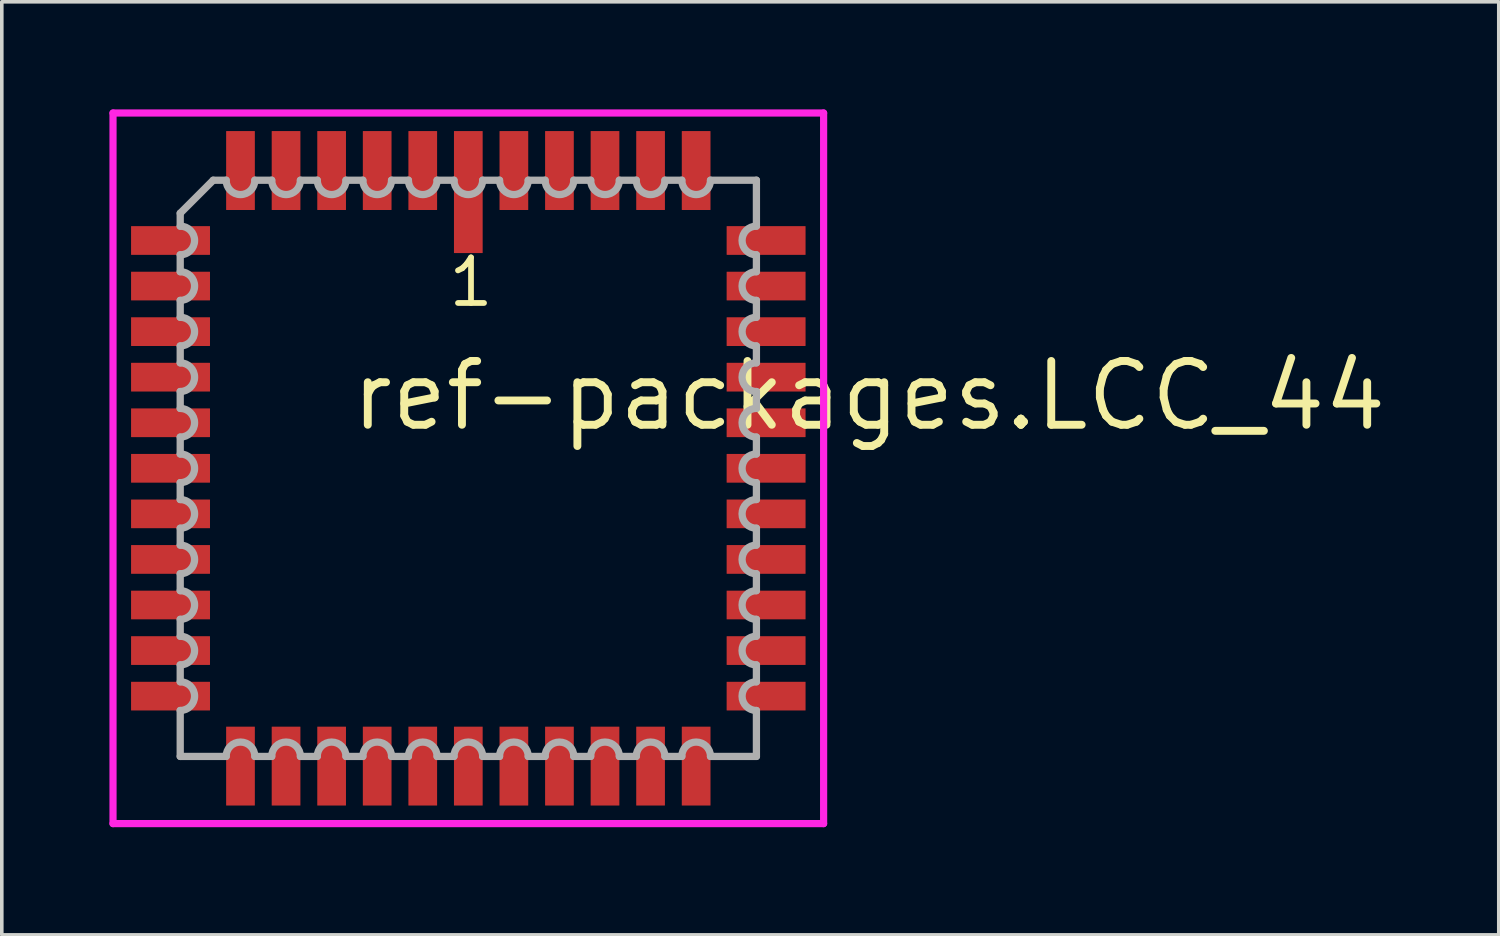
<source format=kicad_pcb>
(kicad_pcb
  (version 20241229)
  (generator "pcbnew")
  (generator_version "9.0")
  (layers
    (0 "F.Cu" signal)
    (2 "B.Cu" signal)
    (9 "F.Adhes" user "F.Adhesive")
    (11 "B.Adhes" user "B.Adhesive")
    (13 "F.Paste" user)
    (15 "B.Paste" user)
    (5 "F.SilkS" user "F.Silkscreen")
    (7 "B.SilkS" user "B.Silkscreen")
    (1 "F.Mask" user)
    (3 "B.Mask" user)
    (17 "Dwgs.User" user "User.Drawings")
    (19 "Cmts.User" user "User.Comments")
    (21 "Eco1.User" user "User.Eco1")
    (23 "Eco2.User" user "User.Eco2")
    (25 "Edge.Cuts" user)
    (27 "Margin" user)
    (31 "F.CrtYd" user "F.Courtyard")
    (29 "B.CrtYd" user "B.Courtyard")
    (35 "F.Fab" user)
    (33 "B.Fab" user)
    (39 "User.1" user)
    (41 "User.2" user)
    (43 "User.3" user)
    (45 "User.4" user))
  (footprint "ref-packages.LCC_44"
    (layer "F.Cu")
    (at 10.003 10.003)
    (property "Reference" "ref-packages.LCC_44" (at -3.37 -0.985 0) (layer "F.SilkS") (effects (font (size 1.778 1.778) (thickness 0.22)) (justify left bottom)))
    (attr smd)
    (fp_line (start -9.903 -9.903) (end 9.903 -9.903) (stroke (width 0.2) (type default)) (layer "F.CrtYd"))
    (fp_line (start -9.903 9.903) (end -9.903 -9.903) (stroke (width 0.2) (type default)) (layer "F.CrtYd"))
    (fp_line (start 9.903 -9.903) (end 9.903 9.903) (stroke (width 0.2) (type default)) (layer "F.CrtYd"))
    (fp_line (start 9.903 9.903) (end -9.903 9.903) (stroke (width 0.2) (type default)) (layer "F.CrtYd"))
    (fp_line (start -8.03 -7.11) (end -8.03 -6.75) (stroke (width 0.203) (type default)) (layer "F.Fab"))
    (fp_line (start -8.03 -5.95) (end -8.03 -5.48) (stroke (width 0.203) (type default)) (layer "F.Fab"))
    (fp_line (start -8.03 -4.68) (end -8.03 -4.21) (stroke (width 0.203) (type default)) (layer "F.Fab"))
    (fp_line (start -8.03 -3.41) (end -8.03 -2.94) (stroke (width 0.203) (type default)) (layer "F.Fab"))
    (fp_line (start -8.03 -2.14) (end -8.03 -1.67) (stroke (width 0.203) (type default)) (layer "F.Fab"))
    (fp_line (start -8.03 -0.87) (end -8.03 -0.4) (stroke (width 0.203) (type default)) (layer "F.Fab"))
    (fp_line (start -8.03 0.4) (end -8.03 0.87) (stroke (width 0.203) (type default)) (layer "F.Fab"))
    (fp_line (start -8.03 1.67) (end -8.03 2.14) (stroke (width 0.203) (type default)) (layer "F.Fab"))
    (fp_line (start -8.03 2.94) (end -8.03 3.41) (stroke (width 0.203) (type default)) (layer "F.Fab"))
    (fp_line (start -8.03 4.21) (end -8.03 4.68) (stroke (width 0.203) (type default)) (layer "F.Fab"))
    (fp_line (start -8.03 5.48) (end -8.03 5.95) (stroke (width 0.203) (type default)) (layer "F.Fab"))
    (fp_line (start -8.03 6.75) (end -8.03 8.03) (stroke (width 0.203) (type default)) (layer "F.Fab"))
    (fp_line (start -8.03 8.03) (end -6.75 8.03) (stroke (width 0.203) (type default)) (layer "F.Fab"))
    (fp_line (start -7.11 -8.03) (end -8.03 -7.11) (stroke (width 0.203) (type default)) (layer "F.Fab"))
    (fp_line (start -6.75 -8.03) (end -7.11 -8.03) (stroke (width 0.203) (type default)) (layer "F.Fab"))
    (fp_line (start -5.95 8.03) (end -5.48 8.03) (stroke (width 0.203) (type default)) (layer "F.Fab"))
    (fp_line (start -5.48 -8.03) (end -5.95 -8.03) (stroke (width 0.203) (type default)) (layer "F.Fab"))
    (fp_line (start -4.68 8.03) (end -4.21 8.03) (stroke (width 0.203) (type default)) (layer "F.Fab"))
    (fp_line (start -4.21 -8.03) (end -4.68 -8.03) (stroke (width 0.203) (type default)) (layer "F.Fab"))
    (fp_line (start -3.41 8.03) (end -2.94 8.03) (stroke (width 0.203) (type default)) (layer "F.Fab"))
    (fp_line (start -2.94 -8.03) (end -3.41 -8.03) (stroke (width 0.203) (type default)) (layer "F.Fab"))
    (fp_line (start -2.14 8.03) (end -1.67 8.03) (stroke (width 0.203) (type default)) (layer "F.Fab"))
    (fp_line (start -1.67 -8.03) (end -2.14 -8.03) (stroke (width 0.203) (type default)) (layer "F.Fab"))
    (fp_line (start -0.87 8.03) (end -0.4 8.03) (stroke (width 0.203) (type default)) (layer "F.Fab"))
    (fp_line (start -0.4 -8.03) (end -0.87 -8.03) (stroke (width 0.203) (type default)) (layer "F.Fab"))
    (fp_line (start 0.4 8.03) (end 0.87 8.03) (stroke (width 0.203) (type default)) (layer "F.Fab"))
    (fp_line (start 0.87 -8.03) (end 0.4 -8.03) (stroke (width 0.203) (type default)) (layer "F.Fab"))
    (fp_line (start 1.67 8.03) (end 2.14 8.03) (stroke (width 0.203) (type default)) (layer "F.Fab"))
    (fp_line (start 2.14 -8.03) (end 1.67 -8.03) (stroke (width 0.203) (type default)) (layer "F.Fab"))
    (fp_line (start 2.94 8.03) (end 3.41 8.03) (stroke (width 0.203) (type default)) (layer "F.Fab"))
    (fp_line (start 3.41 -8.03) (end 2.94 -8.03) (stroke (width 0.203) (type default)) (layer "F.Fab"))
    (fp_line (start 4.21 8.03) (end 4.68 8.03) (stroke (width 0.203) (type default)) (layer "F.Fab"))
    (fp_line (start 4.68 -8.03) (end 4.21 -8.03) (stroke (width 0.203) (type default)) (layer "F.Fab"))
    (fp_line (start 5.48 8.03) (end 5.95 8.03) (stroke (width 0.203) (type default)) (layer "F.Fab"))
    (fp_line (start 5.95 -8.03) (end 5.48 -8.03) (stroke (width 0.203) (type default)) (layer "F.Fab"))
    (fp_line (start 6.75 8.03) (end 8.03 8.03) (stroke (width 0.203) (type default)) (layer "F.Fab"))
    (fp_line (start 8.03 -8.03) (end 6.75 -8.03) (stroke (width 0.203) (type default)) (layer "F.Fab"))
    (fp_line (start 8.03 -6.75) (end 8.03 -8.03) (stroke (width 0.203) (type default)) (layer "F.Fab"))
    (fp_line (start 8.03 -5.48) (end 8.03 -5.95) (stroke (width 0.203) (type default)) (layer "F.Fab"))
    (fp_line (start 8.03 -4.21) (end 8.03 -4.68) (stroke (width 0.203) (type default)) (layer "F.Fab"))
    (fp_line (start 8.03 -2.94) (end 8.03 -3.41) (stroke (width 0.203) (type default)) (layer "F.Fab"))
    (fp_line (start 8.03 -1.67) (end 8.03 -2.14) (stroke (width 0.203) (type default)) (layer "F.Fab"))
    (fp_line (start 8.03 -0.4) (end 8.03 -0.87) (stroke (width 0.203) (type default)) (layer "F.Fab"))
    (fp_line (start 8.03 0.87) (end 8.03 0.4) (stroke (width 0.203) (type default)) (layer "F.Fab"))
    (fp_line (start 8.03 2.14) (end 8.03 1.67) (stroke (width 0.203) (type default)) (layer "F.Fab"))
    (fp_line (start 8.03 3.41) (end 8.03 2.94) (stroke (width 0.203) (type default)) (layer "F.Fab"))
    (fp_line (start 8.03 4.68) (end 8.03 4.21) (stroke (width 0.203) (type default)) (layer "F.Fab"))
    (fp_line (start 8.03 5.95) (end 8.03 5.48) (stroke (width 0.203) (type default)) (layer "F.Fab"))
    (fp_line (start 8.03 8.03) (end 8.03 6.75) (stroke (width 0.203) (type default)) (layer "F.Fab"))
    (fp_arc (start -8.03 -6.75) (mid -7.63 -6.35) (end -8.03 -5.95) (stroke (width 0.2032) (type default)) (layer "F.Fab"))
    (fp_arc (start -8.03 -5.48) (mid -7.63 -5.08) (end -8.03 -4.68) (stroke (width 0.2032) (type default)) (layer "F.Fab"))
    (fp_arc (start -8.03 -4.21) (mid -7.63 -3.81) (end -8.03 -3.41) (stroke (width 0.2032) (type default)) (layer "F.Fab"))
    (fp_arc (start -8.03 -2.94) (mid -7.63 -2.54) (end -8.03 -2.14) (stroke (width 0.2032) (type default)) (layer "F.Fab"))
    (fp_arc (start -8.03 -1.67) (mid -7.63 -1.27) (end -8.03 -0.87) (stroke (width 0.2032) (type default)) (layer "F.Fab"))
    (fp_arc (start -8.03 -0.4001) (mid -7.6299 0) (end -8.03 0.4001) (stroke (width 0.2032) (type default)) (layer "F.Fab"))
    (fp_arc (start -8.03 0.8699) (mid -7.6299 1.27) (end -8.03 1.6701) (stroke (width 0.2032) (type default)) (layer "F.Fab"))
    (fp_arc (start -8.03 2.1399) (mid -7.6299 2.54) (end -8.03 2.9401) (stroke (width 0.2032) (type default)) (layer "F.Fab"))
    (fp_arc (start -8.03 3.4099) (mid -7.6299 3.81) (end -8.03 4.2101) (stroke (width 0.2032) (type default)) (layer "F.Fab"))
    (fp_arc (start -8.03 4.6799) (mid -7.6299 5.08) (end -8.03 5.4801) (stroke (width 0.2032) (type default)) (layer "F.Fab"))
    (fp_arc (start -8.03 5.9499) (mid -7.6299 6.35) (end -8.03 6.7501) (stroke (width 0.2032) (type default)) (layer "F.Fab"))
    (fp_arc (start -6.7501 8.03) (mid -6.35 7.6299) (end -5.9499 8.03) (stroke (width 0.2032) (type default)) (layer "F.Fab"))
    (fp_arc (start -5.9499 -8.03) (mid -6.35 -7.6299) (end -6.7501 -8.03) (stroke (width 0.2032) (type default)) (layer "F.Fab"))
    (fp_arc (start -5.4801 8.03) (mid -5.08 7.6299) (end -4.6799 8.03) (stroke (width 0.2032) (type default)) (layer "F.Fab"))
    (fp_arc (start -4.6799 -8.03) (mid -5.08 -7.6299) (end -5.4801 -8.03) (stroke (width 0.2032) (type default)) (layer "F.Fab"))
    (fp_arc (start -4.2101 8.03) (mid -3.81 7.6299) (end -3.4099 8.03) (stroke (width 0.2032) (type default)) (layer "F.Fab"))
    (fp_arc (start -3.4099 -8.03) (mid -3.81 -7.6299) (end -4.2101 -8.03) (stroke (width 0.2032) (type default)) (layer "F.Fab"))
    (fp_arc (start -2.9401 8.03) (mid -2.54 7.6299) (end -2.1399 8.03) (stroke (width 0.2032) (type default)) (layer "F.Fab"))
    (fp_arc (start -2.1399 -8.03) (mid -2.54 -7.6299) (end -2.9401 -8.03) (stroke (width 0.2032) (type default)) (layer "F.Fab"))
    (fp_arc (start -1.6701 8.03) (mid -1.27 7.6299) (end -0.8699 8.03) (stroke (width 0.2032) (type default)) (layer "F.Fab"))
    (fp_arc (start -0.8699 -8.03) (mid -1.27 -7.6299) (end -1.6701 -8.03) (stroke (width 0.2032) (type default)) (layer "F.Fab"))
    (fp_arc (start -0.4001 8.03) (mid 0 7.6299) (end 0.4001 8.03) (stroke (width 0.2032) (type default)) (layer "F.Fab"))
    (fp_arc (start 0.4001 -8.03) (mid 0 -7.6299) (end -0.4001 -8.03) (stroke (width 0.2032) (type default)) (layer "F.Fab"))
    (fp_arc (start 0.87 8.03) (mid 1.27 7.63) (end 1.67 8.03) (stroke (width 0.2032) (type default)) (layer "F.Fab"))
    (fp_arc (start 1.67 -8.03) (mid 1.27 -7.63) (end 0.87 -8.03) (stroke (width 0.2032) (type default)) (layer "F.Fab"))
    (fp_arc (start 2.14 8.03) (mid 2.54 7.63) (end 2.94 8.03) (stroke (width 0.2032) (type default)) (layer "F.Fab"))
    (fp_arc (start 2.94 -8.03) (mid 2.54 -7.63) (end 2.14 -8.03) (stroke (width 0.2032) (type default)) (layer "F.Fab"))
    (fp_arc (start 3.41 8.03) (mid 3.81 7.63) (end 4.21 8.03) (stroke (width 0.2032) (type default)) (layer "F.Fab"))
    (fp_arc (start 4.21 -8.03) (mid 3.81 -7.63) (end 3.41 -8.03) (stroke (width 0.2032) (type default)) (layer "F.Fab"))
    (fp_arc (start 4.68 8.03) (mid 5.08 7.63) (end 5.48 8.03) (stroke (width 0.2032) (type default)) (layer "F.Fab"))
    (fp_arc (start 5.48 -8.03) (mid 5.08 -7.63) (end 4.68 -8.03) (stroke (width 0.2032) (type default)) (layer "F.Fab"))
    (fp_arc (start 5.95 8.03) (mid 6.35 7.63) (end 6.75 8.03) (stroke (width 0.2032) (type default)) (layer "F.Fab"))
    (fp_arc (start 6.75 -8.03) (mid 6.35 -7.63) (end 5.95 -8.03) (stroke (width 0.2032) (type default)) (layer "F.Fab"))
    (fp_arc (start 8.03 -5.95) (mid 7.63 -6.35) (end 8.03 -6.75) (stroke (width 0.2032) (type default)) (layer "F.Fab"))
    (fp_arc (start 8.03 -4.68) (mid 7.63 -5.08) (end 8.03 -5.48) (stroke (width 0.2032) (type default)) (layer "F.Fab"))
    (fp_arc (start 8.03 -3.41) (mid 7.63 -3.81) (end 8.03 -4.21) (stroke (width 0.2032) (type default)) (layer "F.Fab"))
    (fp_arc (start 8.03 -2.14) (mid 7.63 -2.54) (end 8.03 -2.94) (stroke (width 0.2032) (type default)) (layer "F.Fab"))
    (fp_arc (start 8.03 -0.8699) (mid 7.6299 -1.27) (end 8.03 -1.6701) (stroke (width 0.2032) (type default)) (layer "F.Fab"))
    (fp_arc (start 8.03 0.4001) (mid 7.6299 0) (end 8.03 -0.4001) (stroke (width 0.2032) (type default)) (layer "F.Fab"))
    (fp_arc (start 8.03 1.67) (mid 7.63 1.27) (end 8.03 0.87) (stroke (width 0.2032) (type default)) (layer "F.Fab"))
    (fp_arc (start 8.03 2.94) (mid 7.63 2.54) (end 8.03 2.14) (stroke (width 0.2032) (type default)) (layer "F.Fab"))
    (fp_arc (start 8.03 4.21) (mid 7.63 3.81) (end 8.03 3.41) (stroke (width 0.2032) (type default)) (layer "F.Fab"))
    (fp_arc (start 8.03 5.48) (mid 7.63 5.08) (end 8.03 4.68) (stroke (width 0.2032) (type default)) (layer "F.Fab"))
    (fp_arc (start 8.03 6.75) (mid 7.63 6.35) (end 8.03 5.95) (stroke (width 0.2032) (type default)) (layer "F.Fab"))
    (fp_text user "1" (at -0.635 -4.445 0) (layer "F.SilkS") (effects (font (size 1.27 1.27) (thickness 0.16)) (justify left bottom)))
    (pad "1" smd roundrect (at 0 -7.7) (size 0.8 3.4) (layers "F.Cu" "F.Mask" "F.Paste") (roundrect_rratio 0.01))
    (pad "2" smd roundrect (at -1.27 -8.3) (size 0.8 2.2) (layers "F.Cu" "F.Mask" "F.Paste") (roundrect_rratio 0.01))
    (pad "3" smd roundrect (at -2.54 -8.3) (size 0.8 2.2) (layers "F.Cu" "F.Mask" "F.Paste") (roundrect_rratio 0.01))
    (pad "4" smd roundrect (at -3.81 -8.3) (size 0.8 2.2) (layers "F.Cu" "F.Mask" "F.Paste") (roundrect_rratio 0.01))
    (pad "5" smd roundrect (at -5.08 -8.3) (size 0.8 2.2) (layers "F.Cu" "F.Mask" "F.Paste") (roundrect_rratio 0.01))
    (pad "6" smd roundrect (at -6.35 -8.3) (size 0.8 2.2) (layers "F.Cu" "F.Mask" "F.Paste") (roundrect_rratio 0.01))
    (pad "7" smd roundrect (at -8.3 -6.35) (size 2.2 0.8) (layers "F.Cu" "F.Mask" "F.Paste") (roundrect_rratio 0.01))
    (pad "8" smd roundrect (at -8.3 -5.08) (size 2.2 0.8) (layers "F.Cu" "F.Mask" "F.Paste") (roundrect_rratio 0.01))
    (pad "9" smd roundrect (at -8.3 -3.81) (size 2.2 0.8) (layers "F.Cu" "F.Mask" "F.Paste") (roundrect_rratio 0.01))
    (pad "10" smd roundrect (at -8.3 -2.54) (size 2.2 0.8) (layers "F.Cu" "F.Mask" "F.Paste") (roundrect_rratio 0.01))
    (pad "11" smd roundrect (at -8.3 -1.27) (size 2.2 0.8) (layers "F.Cu" "F.Mask" "F.Paste") (roundrect_rratio 0.01))
    (pad "12" smd roundrect (at -8.3 0) (size 2.2 0.8) (layers "F.Cu" "F.Mask" "F.Paste") (roundrect_rratio 0.01))
    (pad "13" smd roundrect (at -8.3 1.27) (size 2.2 0.8) (layers "F.Cu" "F.Mask" "F.Paste") (roundrect_rratio 0.01))
    (pad "14" smd roundrect (at -8.3 2.54) (size 2.2 0.8) (layers "F.Cu" "F.Mask" "F.Paste") (roundrect_rratio 0.01))
    (pad "15" smd roundrect (at -8.3 3.81) (size 2.2 0.8) (layers "F.Cu" "F.Mask" "F.Paste") (roundrect_rratio 0.01))
    (pad "16" smd roundrect (at -8.3 5.08) (size 2.2 0.8) (layers "F.Cu" "F.Mask" "F.Paste") (roundrect_rratio 0.01))
    (pad "17" smd roundrect (at -8.3 6.35) (size 2.2 0.8) (layers "F.Cu" "F.Mask" "F.Paste") (roundrect_rratio 0.01))
    (pad "18" smd roundrect (at -6.35 8.3) (size 0.8 2.2) (layers "F.Cu" "F.Mask" "F.Paste") (roundrect_rratio 0.01))
    (pad "19" smd roundrect (at -5.08 8.3) (size 0.8 2.2) (layers "F.Cu" "F.Mask" "F.Paste") (roundrect_rratio 0.01))
    (pad "20" smd roundrect (at -3.81 8.3) (size 0.8 2.2) (layers "F.Cu" "F.Mask" "F.Paste") (roundrect_rratio 0.01))
    (pad "21" smd roundrect (at -2.54 8.3) (size 0.8 2.2) (layers "F.Cu" "F.Mask" "F.Paste") (roundrect_rratio 0.01))
    (pad "22" smd roundrect (at -1.27 8.3) (size 0.8 2.2) (layers "F.Cu" "F.Mask" "F.Paste") (roundrect_rratio 0.01))
    (pad "23" smd roundrect (at 0 8.3) (size 0.8 2.2) (layers "F.Cu" "F.Mask" "F.Paste") (roundrect_rratio 0.01))
    (pad "24" smd roundrect (at 1.27 8.3) (size 0.8 2.2) (layers "F.Cu" "F.Mask" "F.Paste") (roundrect_rratio 0.01))
    (pad "25" smd roundrect (at 2.54 8.3) (size 0.8 2.2) (layers "F.Cu" "F.Mask" "F.Paste") (roundrect_rratio 0.01))
    (pad "26" smd roundrect (at 3.81 8.3) (size 0.8 2.2) (layers "F.Cu" "F.Mask" "F.Paste") (roundrect_rratio 0.01))
    (pad "27" smd roundrect (at 5.08 8.3) (size 0.8 2.2) (layers "F.Cu" "F.Mask" "F.Paste") (roundrect_rratio 0.01))
    (pad "28" smd roundrect (at 6.35 8.3) (size 0.8 2.2) (layers "F.Cu" "F.Mask" "F.Paste") (roundrect_rratio 0.01))
    (pad "29" smd roundrect (at 8.3 6.35) (size 2.2 0.8) (layers "F.Cu" "F.Mask" "F.Paste") (roundrect_rratio 0.01))
    (pad "30" smd roundrect (at 8.3 5.08) (size 2.2 0.8) (layers "F.Cu" "F.Mask" "F.Paste") (roundrect_rratio 0.01))
    (pad "31" smd roundrect (at 8.3 3.81) (size 2.2 0.8) (layers "F.Cu" "F.Mask" "F.Paste") (roundrect_rratio 0.01))
    (pad "32" smd roundrect (at 8.3 2.54) (size 2.2 0.8) (layers "F.Cu" "F.Mask" "F.Paste") (roundrect_rratio 0.01))
    (pad "33" smd roundrect (at 8.3 1.27) (size 2.2 0.8) (layers "F.Cu" "F.Mask" "F.Paste") (roundrect_rratio 0.01))
    (pad "34" smd roundrect (at 8.3 0) (size 2.2 0.8) (layers "F.Cu" "F.Mask" "F.Paste") (roundrect_rratio 0.01))
    (pad "35" smd roundrect (at 8.3 -1.27) (size 2.2 0.8) (layers "F.Cu" "F.Mask" "F.Paste") (roundrect_rratio 0.01))
    (pad "36" smd roundrect (at 8.3 -2.54) (size 2.2 0.8) (layers "F.Cu" "F.Mask" "F.Paste") (roundrect_rratio 0.01))
    (pad "37" smd roundrect (at 8.3 -3.81) (size 2.2 0.8) (layers "F.Cu" "F.Mask" "F.Paste") (roundrect_rratio 0.01))
    (pad "38" smd roundrect (at 8.3 -5.08) (size 2.2 0.8) (layers "F.Cu" "F.Mask" "F.Paste") (roundrect_rratio 0.01))
    (pad "39" smd roundrect (at 8.3 -6.35) (size 2.2 0.8) (layers "F.Cu" "F.Mask" "F.Paste") (roundrect_rratio 0.01))
    (pad "40" smd roundrect (at 6.35 -8.3) (size 0.8 2.2) (layers "F.Cu" "F.Mask" "F.Paste") (roundrect_rratio 0.01))
    (pad "41" smd roundrect (at 5.08 -8.3) (size 0.8 2.2) (layers "F.Cu" "F.Mask" "F.Paste") (roundrect_rratio 0.01))
    (pad "42" smd roundrect (at 3.81 -8.3) (size 0.8 2.2) (layers "F.Cu" "F.Mask" "F.Paste") (roundrect_rratio 0.01))
    (pad "43" smd roundrect (at 2.54 -8.3) (size 0.8 2.2) (layers "F.Cu" "F.Mask" "F.Paste") (roundrect_rratio 0.01))
    (pad "44" smd roundrect (at 1.27 -8.3) (size 0.8 2.2) (layers "F.Cu" "F.Mask" "F.Paste") (roundrect_rratio 0.01)))
  (gr_rect
    (start -3 -3)
    (end 38.724 23.006)
    (stroke (width 0.1) (type default))
    (fill no)
    (layer "Edge.Cuts")))
</source>
